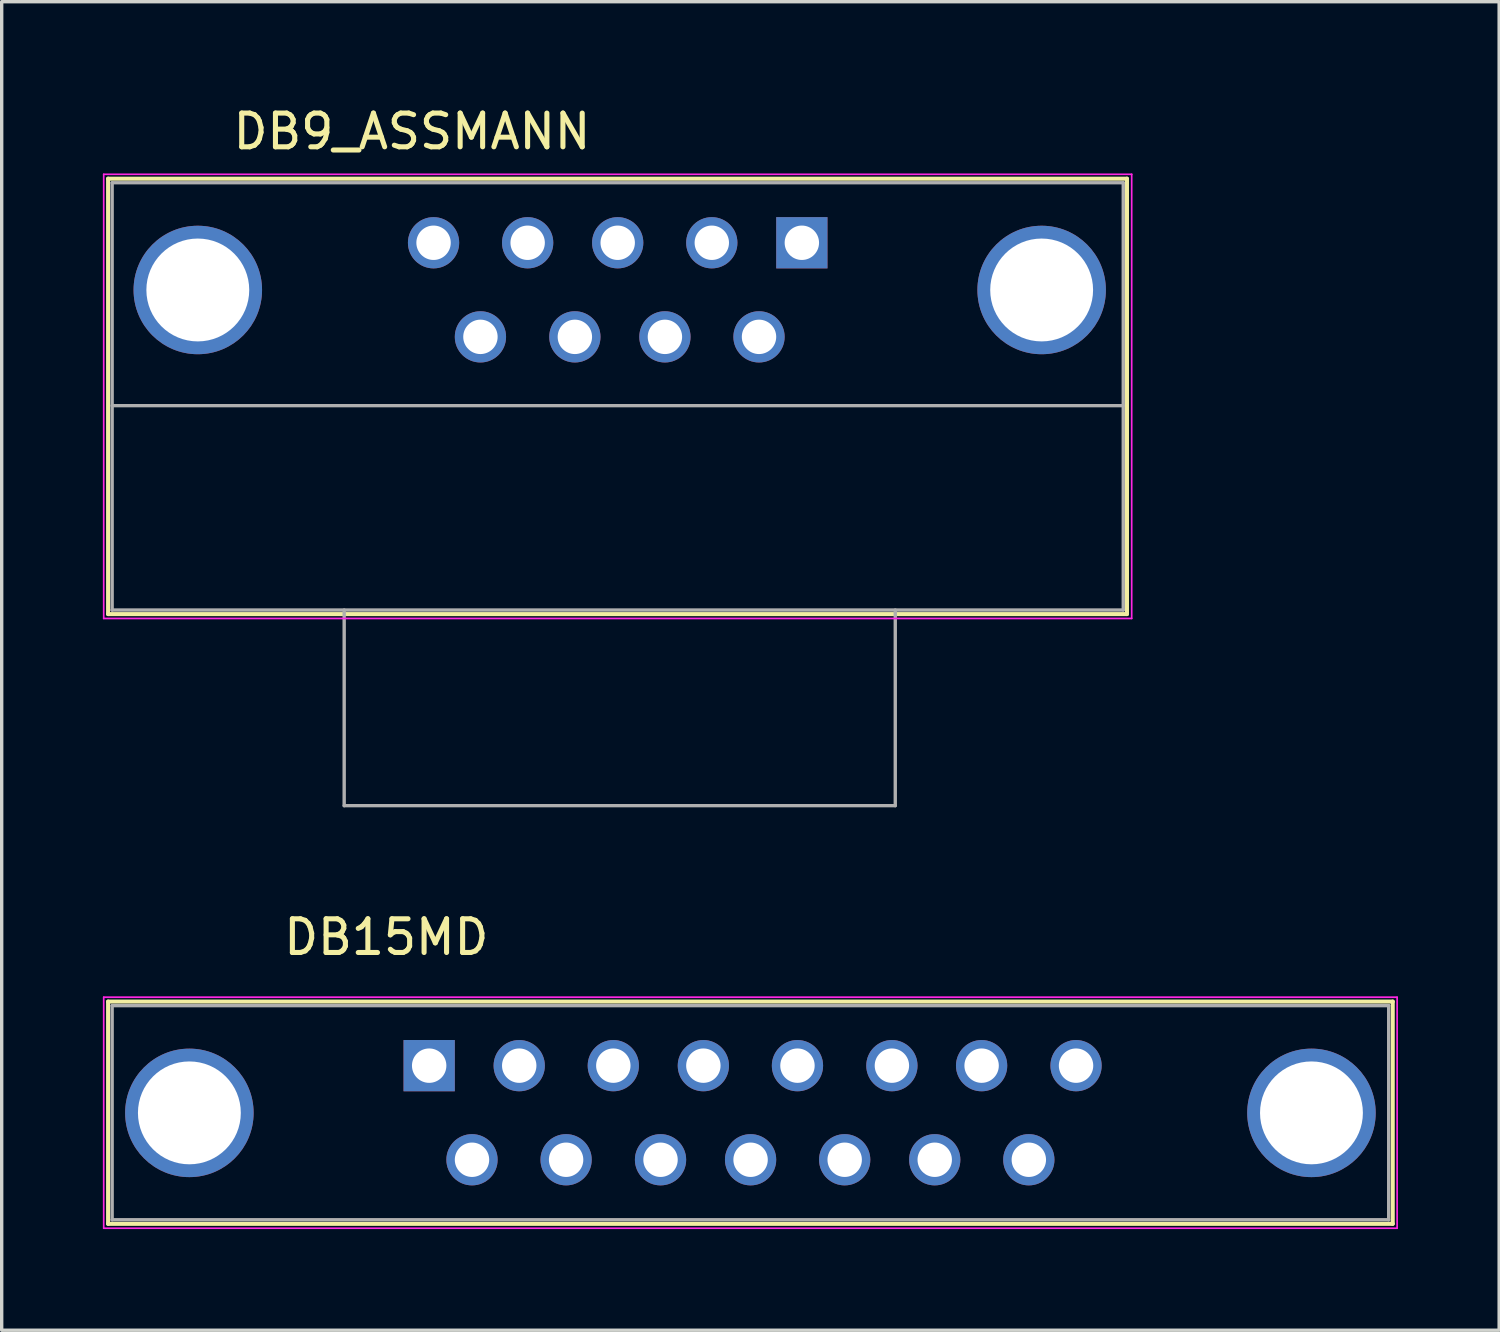
<source format=kicad_pcb>
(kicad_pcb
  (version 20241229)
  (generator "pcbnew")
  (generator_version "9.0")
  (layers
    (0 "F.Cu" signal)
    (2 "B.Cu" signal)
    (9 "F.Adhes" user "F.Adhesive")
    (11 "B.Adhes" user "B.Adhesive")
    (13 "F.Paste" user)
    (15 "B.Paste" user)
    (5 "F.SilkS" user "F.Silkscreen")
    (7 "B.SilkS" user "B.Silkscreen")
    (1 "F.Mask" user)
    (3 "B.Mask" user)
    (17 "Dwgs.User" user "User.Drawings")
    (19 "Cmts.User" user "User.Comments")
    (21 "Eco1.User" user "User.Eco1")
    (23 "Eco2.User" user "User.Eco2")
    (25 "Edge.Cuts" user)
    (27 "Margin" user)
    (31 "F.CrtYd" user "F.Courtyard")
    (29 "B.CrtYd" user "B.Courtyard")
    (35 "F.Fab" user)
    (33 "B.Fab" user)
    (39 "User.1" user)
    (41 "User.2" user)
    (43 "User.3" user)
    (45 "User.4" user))
  (footprint "DB15MD"
    (layer "F.Cu")
    (at 9.675 28.547)
    (property "Reference" "DB15MD" (at -1.27 -3.81 180) (layer "F.SilkS") (effects (font (size 1 1) (thickness 0.15))))
    (attr through_hole)
    (fp_line (start -9.52 -1.9) (end -9.52 4.69) (stroke (width 0.12) (type solid)) (layer "F.SilkS"))
    (fp_line (start -9.52 -1.9) (end 28.57 -1.9) (stroke (width 0.12) (type solid)) (layer "F.SilkS"))
    (fp_line (start 28.57 4.69) (end -9.52 4.69) (stroke (width 0.12) (type solid)) (layer "F.SilkS"))
    (fp_line (start 28.57 4.69) (end 28.57 -1.9) (stroke (width 0.12) (type solid)) (layer "F.SilkS"))
    (fp_line (start -9.65 -2.03) (end -9.65 4.82) (stroke (width 0.05) (type solid)) (layer "F.CrtYd"))
    (fp_line (start -9.65 -2.03) (end 28.7 -2.03) (stroke (width 0.05) (type solid)) (layer "F.CrtYd"))
    (fp_line (start 28.7 4.82) (end -9.65 4.82) (stroke (width 0.05) (type solid)) (layer "F.CrtYd"))
    (fp_line (start 28.7 4.82) (end 28.7 -2.03) (stroke (width 0.05) (type solid)) (layer "F.CrtYd"))
    (fp_line (start -9.4 -1.78) (end -9.4 4.57) (stroke (width 0.1) (type solid)) (layer "F.Fab"))
    (fp_line (start -9.4 4.57) (end 28.45 4.57) (stroke (width 0.1) (type solid)) (layer "F.Fab"))
    (fp_line (start 28.45 -1.78) (end -9.4 -1.78) (stroke (width 0.1) (type solid)) (layer "F.Fab"))
    (fp_line (start 28.45 4.57) (end 28.45 -1.78) (stroke (width 0.1) (type solid)) (layer "F.Fab"))
    (pad "0" thru_hole circle (at -7.11 1.4) (size 3.81 3.81) (drill 3.05) (layers "*.Cu" "*.Mask"))
    (pad "0" thru_hole circle (at 26.16 1.4) (size 3.81 3.81) (drill 3.05) (layers "*.Cu" "*.Mask"))
    (pad "1" thru_hole rect (at 0 0) (size 1.52 1.52) (drill 1.02) (layers "*.Cu" "*.Mask"))
    (pad "2" thru_hole circle (at 2.67 0) (size 1.52 1.52) (drill 1.02) (layers "*.Cu" "*.Mask"))
    (pad "3" thru_hole circle (at 5.46 0) (size 1.52 1.52) (drill 1.02) (layers "*.Cu" "*.Mask"))
    (pad "4" thru_hole circle (at 8.13 0) (size 1.52 1.52) (drill 1.02) (layers "*.Cu" "*.Mask"))
    (pad "5" thru_hole circle (at 10.92 0) (size 1.52 1.52) (drill 1.02) (layers "*.Cu" "*.Mask"))
    (pad "6" thru_hole circle (at 13.72 0) (size 1.52 1.52) (drill 1.02) (layers "*.Cu" "*.Mask"))
    (pad "7" thru_hole circle (at 16.38 0) (size 1.52 1.52) (drill 1.02) (layers "*.Cu" "*.Mask"))
    (pad "8" thru_hole circle (at 19.18 0) (size 1.52 1.52) (drill 1.02) (layers "*.Cu" "*.Mask"))
    (pad "9" thru_hole circle (at 1.27 2.79) (size 1.52 1.52) (drill 1.02) (layers "*.Cu" "*.Mask"))
    (pad "10" thru_hole circle (at 4.06 2.79) (size 1.52 1.52) (drill 1.02) (layers "*.Cu" "*.Mask"))
    (pad "11" thru_hole circle (at 6.86 2.79) (size 1.52 1.52) (drill 1.02) (layers "*.Cu" "*.Mask"))
    (pad "12" thru_hole circle (at 9.53 2.79) (size 1.52 1.52) (drill 1.02) (layers "*.Cu" "*.Mask"))
    (pad "13" thru_hole circle (at 12.32 2.79) (size 1.52 1.52) (drill 1.02) (layers "*.Cu" "*.Mask"))
    (pad "14" thru_hole circle (at 14.99 2.79) (size 1.52 1.52) (drill 1.02) (layers "*.Cu" "*.Mask"))
    (pad "15" thru_hole circle (at 17.78 2.79) (size 1.52 1.52) (drill 1.02) (layers "*.Cu" "*.Mask")))
  (footprint "DB9_ASSMANN"
    (layer "F.Cu")
    (at 20.725 4.148)
    (property "Reference" "DB9_ASSMANN" (at -11.56 -3.3 180) (layer "F.SilkS") (effects (font (size 1 1) (thickness 0.15))))
    (attr through_hole)
    (fp_line (start -20.57 -1.9) (end -20.57 11.01) (stroke (width 0.12) (type solid)) (layer "F.SilkS"))
    (fp_line (start -20.57 -1.9) (end 9.64 -1.9) (stroke (width 0.12) (type solid)) (layer "F.SilkS"))
    (fp_line (start 9.64 11.01) (end -20.57 11.01) (stroke (width 0.12) (type solid)) (layer "F.SilkS"))
    (fp_line (start 9.64 11.01) (end 9.64 -1.9) (stroke (width 0.12) (type solid)) (layer "F.SilkS"))
    (fp_line (start -20.7 -2.03) (end -20.7 11.14) (stroke (width 0.05) (type solid)) (layer "F.CrtYd"))
    (fp_line (start -20.7 -2.03) (end 9.78 -2.03) (stroke (width 0.05) (type solid)) (layer "F.CrtYd"))
    (fp_line (start 9.78 11.14) (end -20.7 11.14) (stroke (width 0.05) (type solid)) (layer "F.CrtYd"))
    (fp_line (start 9.78 11.14) (end 9.78 -2.03) (stroke (width 0.05) (type solid)) (layer "F.CrtYd"))
    (fp_line (start -20.45 -1.78) (end -20.45 10.89) (stroke (width 0.1) (type solid)) (layer "F.Fab"))
    (fp_line (start -20.45 4.83) (end 9.53 4.83) (stroke (width 0.1) (type solid)) (layer "F.Fab"))
    (fp_line (start -20.45 10.89) (end 9.53 10.89) (stroke (width 0.1) (type solid)) (layer "F.Fab"))
    (fp_line (start -13.57 10.89) (end -13.57 16.69) (stroke (width 0.1) (type solid)) (layer "F.Fab"))
    (fp_line (start -13.57 16.69) (end 2.77 16.69) (stroke (width 0.1) (type solid)) (layer "F.Fab"))
    (fp_line (start 2.77 10.89) (end 2.77 16.69) (stroke (width 0.1) (type solid)) (layer "F.Fab"))
    (fp_line (start 9.53 -1.78) (end -20.45 -1.78) (stroke (width 0.1) (type solid)) (layer "F.Fab"))
    (fp_line (start 9.53 10.89) (end 9.53 -1.78) (stroke (width 0.1) (type solid)) (layer "F.Fab"))
    (pad "0" thru_hole circle (at -17.91 1.4) (size 3.81 3.81) (drill 3.05) (layers "*.Cu" "*.Mask"))
    (pad "0" thru_hole circle (at 7.11 1.4) (size 3.81 3.81) (drill 3.05) (layers "*.Cu" "*.Mask"))
    (pad "1" thru_hole rect (at 0 0) (size 1.52 1.52) (drill 1.02) (layers "*.Cu" "*.Mask"))
    (pad "2" thru_hole circle (at -2.67 0) (size 1.52 1.52) (drill 1.02) (layers "*.Cu" "*.Mask"))
    (pad "3" thru_hole circle (at -5.46 0) (size 1.52 1.52) (drill 1.02) (layers "*.Cu" "*.Mask"))
    (pad "4" thru_hole circle (at -8.13 0) (size 1.52 1.52) (drill 1.02) (layers "*.Cu" "*.Mask"))
    (pad "5" thru_hole circle (at -10.92 0) (size 1.52 1.52) (drill 1.02) (layers "*.Cu" "*.Mask"))
    (pad "6" thru_hole circle (at -1.27 2.79) (size 1.52 1.52) (drill 1.02) (layers "*.Cu" "*.Mask"))
    (pad "7" thru_hole circle (at -4.06 2.79) (size 1.52 1.52) (drill 1.02) (layers "*.Cu" "*.Mask"))
    (pad "8" thru_hole circle (at -6.73 2.79) (size 1.52 1.52) (drill 1.02) (layers "*.Cu" "*.Mask"))
    (pad "9" thru_hole circle (at -9.53 2.79) (size 1.52 1.52) (drill 1.02) (layers "*.Cu" "*.Mask")))
  (gr_rect
    (start -3 -3)
    (end 41.4 36.392)
    (stroke (width 0.1) (type default))
    (fill no)
    (layer "Edge.Cuts")))
</source>
